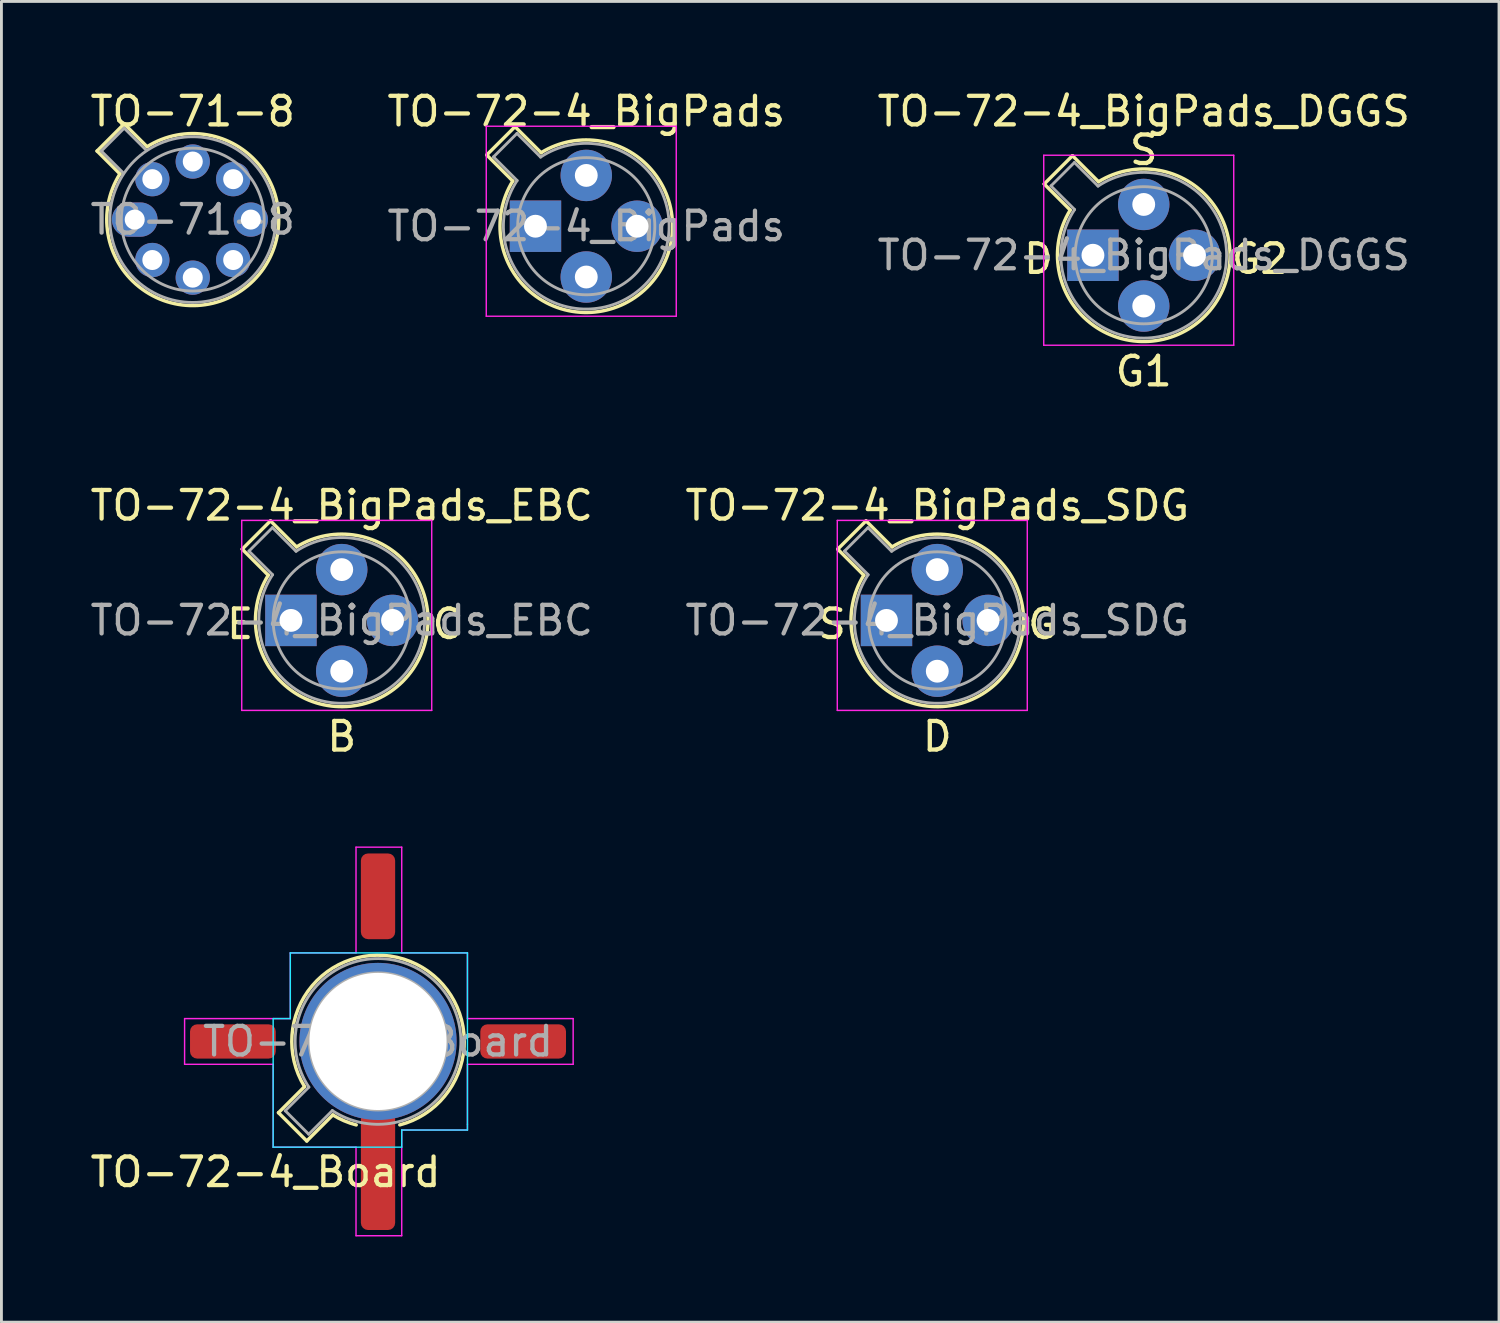
<source format=kicad_pcb>
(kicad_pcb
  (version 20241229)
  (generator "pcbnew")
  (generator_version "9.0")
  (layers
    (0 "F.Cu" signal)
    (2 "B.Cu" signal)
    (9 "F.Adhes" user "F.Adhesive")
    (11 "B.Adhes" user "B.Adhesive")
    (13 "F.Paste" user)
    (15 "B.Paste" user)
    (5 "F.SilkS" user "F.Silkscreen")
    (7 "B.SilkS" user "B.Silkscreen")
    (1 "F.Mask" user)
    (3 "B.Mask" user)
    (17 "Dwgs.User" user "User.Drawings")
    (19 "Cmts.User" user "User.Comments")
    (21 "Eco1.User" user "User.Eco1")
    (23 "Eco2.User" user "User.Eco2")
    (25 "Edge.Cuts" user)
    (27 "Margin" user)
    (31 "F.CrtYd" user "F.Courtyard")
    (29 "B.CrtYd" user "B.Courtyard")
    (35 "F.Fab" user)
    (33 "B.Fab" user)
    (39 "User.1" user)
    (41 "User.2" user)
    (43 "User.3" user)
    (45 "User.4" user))
  (footprint "TO-72-4_Board"
    (layer "F.Cu")
    (at 10.181 33.402)
    (property "Reference" "TO-72-4_Board" (at -3.937 4.572 0) (layer "F.SilkS") (effects (font (size 1 1) (thickness 0.15))))
    (attr through_hole)
    (fp_line (start -3.484 2.494) (end -2.572 1.582) (stroke (width 0.12) (type solid)) (layer "F.SilkS"))
    (fp_line (start -2.494 3.484) (end -3.484 2.494) (stroke (width 0.12) (type solid)) (layer "F.SilkS"))
    (fp_line (start -1.582 2.572) (end -2.494 3.484) (stroke (width 0.12) (type solid)) (layer "F.SilkS"))
    (fp_arc (start -2.57109 1.581891) (mid 1.125391 -2.801139) (end 0.762 2.921) (stroke (width 0.12) (type solid)) (layer "F.SilkS"))
    (fp_arc (start -0.762319 2.922203) (mid -1.185309 2.777669) (end -1.582331 2.572281) (stroke (width 0.12) (type solid)) (layer "F.SilkS"))
    (fp_line (start -3.67 -0.8) (end -3.07 -0.8) (stroke (width 0.05) (type solid)) (layer "B.CrtYd"))
    (fp_line (start -3.67 3.7) (end -3.67 -0.8) (stroke (width 0.05) (type solid)) (layer "B.CrtYd"))
    (fp_line (start -3.07 -3.1) (end 3.13 -3.1) (stroke (width 0.05) (type solid)) (layer "B.CrtYd"))
    (fp_line (start -3.07 -0.8) (end -3.07 -3.1) (stroke (width 0.05) (type solid)) (layer "B.CrtYd"))
    (fp_line (start 0.83 3.1) (end 0.83 3.7) (stroke (width 0.05) (type solid)) (layer "B.CrtYd"))
    (fp_line (start 0.83 3.7) (end -3.67 3.7) (stroke (width 0.05) (type solid)) (layer "B.CrtYd"))
    (fp_line (start 3.13 -3.1) (end 3.13 2.9) (stroke (width 0.05) (type solid)) (layer "B.CrtYd"))
    (fp_line (start 3.13 2.9) (end 3.13 3.1) (stroke (width 0.05) (type solid)) (layer "B.CrtYd"))
    (fp_line (start 3.13 3.1) (end 0.83 3.1) (stroke (width 0.05) (type solid)) (layer "B.CrtYd"))
    (fp_line (start -6.77 -0.8) (end -3.07 -0.8) (stroke (width 0.05) (type solid)) (layer "F.CrtYd"))
    (fp_line (start -6.77 0.8) (end -6.77 -0.8) (stroke (width 0.05) (type solid)) (layer "F.CrtYd"))
    (fp_line (start -3.67 0.8) (end -6.77 0.8) (stroke (width 0.05) (type solid)) (layer "F.CrtYd"))
    (fp_line (start -3.67 3.7) (end -3.67 0.8) (stroke (width 0.05) (type solid)) (layer "F.CrtYd"))
    (fp_line (start -3.07 -3.1) (end -0.77 -3.1) (stroke (width 0.05) (type solid)) (layer "F.CrtYd"))
    (fp_line (start -3.07 -0.8) (end -3.07 -3.1) (stroke (width 0.05) (type solid)) (layer "F.CrtYd"))
    (fp_line (start -0.77 -6.8) (end 0.83 -6.8) (stroke (width 0.05) (type solid)) (layer "F.CrtYd"))
    (fp_line (start -0.77 -3.1) (end -0.77 -6.8) (stroke (width 0.05) (type solid)) (layer "F.CrtYd"))
    (fp_line (start -0.77 3.7) (end -3.67 3.7) (stroke (width 0.05) (type solid)) (layer "F.CrtYd"))
    (fp_line (start -0.77 6.8) (end -0.77 3.7) (stroke (width 0.05) (type solid)) (layer "F.CrtYd"))
    (fp_line (start 0.83 -6.8) (end 0.83 -3.1) (stroke (width 0.05) (type solid)) (layer "F.CrtYd"))
    (fp_line (start 0.83 -3.1) (end 3.13 -3.1) (stroke (width 0.05) (type solid)) (layer "F.CrtYd"))
    (fp_line (start 0.83 3.1) (end 0.83 6.8) (stroke (width 0.05) (type solid)) (layer "F.CrtYd"))
    (fp_line (start 0.83 6.8) (end -0.77 6.8) (stroke (width 0.05) (type solid)) (layer "F.CrtYd"))
    (fp_line (start 3.13 -3.1) (end 3.13 -0.8) (stroke (width 0.05) (type solid)) (layer "F.CrtYd"))
    (fp_line (start 3.13 -0.8) (end 6.83 -0.8) (stroke (width 0.05) (type solid)) (layer "F.CrtYd"))
    (fp_line (start 3.13 0.8) (end 3.13 3.1) (stroke (width 0.05) (type solid)) (layer "F.CrtYd"))
    (fp_line (start 3.13 3.1) (end 0.83 3.1) (stroke (width 0.05) (type solid)) (layer "F.CrtYd"))
    (fp_line (start 6.83 -0.8) (end 6.83 0.8) (stroke (width 0.05) (type solid)) (layer "F.CrtYd"))
    (fp_line (start 6.83 0.8) (end 3.13 0.8) (stroke (width 0.05) (type solid)) (layer "F.CrtYd"))
    (fp_line (start -3.247 2.426) (end -2.419 1.599) (stroke (width 0.1) (type solid)) (layer "F.Fab"))
    (fp_line (start -2.426 3.247) (end -3.247 2.426) (stroke (width 0.1) (type solid)) (layer "F.Fab"))
    (fp_line (start -1.599 2.419) (end -2.426 3.247) (stroke (width 0.1) (type solid)) (layer "F.Fab"))
    (fp_arc (start -2.420029 1.597956) (mid 2.051077 -2.050143) (end -1.599057 2.419301) (stroke (width 0.1) (type solid)) (layer "F.Fab"))
    (fp_circle (center 0 0) (end 2.4 0) (stroke (width 0.1) (type solid)) (fill no) (layer "F.Fab"))
    (fp_text user "${REFERENCE}" (at 0 0 0) (layer "F.Fab") (effects (font (size 1 1) (thickness 0.15))))
    (pad "1" smd roundrect (at -5.08 0) (size 3 1.2) (layers "F.Cu" "F.Mask" "F.Paste") (roundrect_rratio 0.208))
    (pad "2" smd roundrect (at 0 -5.08) (size 1.2 3) (layers "F.Cu" "F.Mask" "F.Paste") (roundrect_rratio 0.208))
    (pad "3" smd roundrect (at 5.08 0) (size 3 1.2) (layers "F.Cu" "F.Mask" "F.Paste") (roundrect_rratio 0.208))
    (pad "4" thru_hole circle (at 0 0) (size 5.5 5.5) (drill 4.8) (layers "*.Cu" "*.Mask"))
    (pad "4" smd roundrect (at 0 4.5) (size 1.2 4.2) (layers "F.Cu" "F.Mask" "F.Paste") (roundrect_rratio 0.208)))
  (footprint "TO-72-4_BigPads_DGGS"
    (layer "F.Cu")
    (at 35.204 5.884)
    (property "Reference" "TO-72-4_BigPads_DGGS" (at 1.778 -5.036 0) (layer "F.SilkS") (effects (font (size 1 1) (thickness 0.15))))
    (attr through_hole)
    (fp_line (start -1.706 -2.494) (end -0.794 -1.582) (stroke (width 0.12) (type solid)) (layer "F.SilkS"))
    (fp_line (start -0.716 -3.484) (end -1.706 -2.494) (stroke (width 0.12) (type solid)) (layer "F.SilkS"))
    (fp_line (start 0.196 -2.572) (end -0.716 -3.484) (stroke (width 0.12) (type solid)) (layer "F.SilkS"))
    (fp_arc (start 0.195669 -2.572281) (mid 3.913374 2.135551) (end -0.79415 -1.582544) (stroke (width 0.12) (type solid)) (layer "F.SilkS"))
    (fp_line (start -1.722 -3.5) (end -1.722 3.15) (stroke (width 0.05) (type solid)) (layer "F.CrtYd"))
    (fp_line (start -1.722 3.15) (end 4.928 3.15) (stroke (width 0.05) (type solid)) (layer "F.CrtYd"))
    (fp_line (start 4.928 -3.5) (end -1.722 -3.5) (stroke (width 0.05) (type solid)) (layer "F.CrtYd"))
    (fp_line (start 4.928 3.15) (end 4.928 -3.5) (stroke (width 0.05) (type solid)) (layer "F.CrtYd"))
    (fp_line (start -1.469 -2.426) (end -0.641 -1.599) (stroke (width 0.1) (type solid)) (layer "F.Fab"))
    (fp_line (start -0.648 -3.247) (end -1.469 -2.426) (stroke (width 0.1) (type solid)) (layer "F.Fab"))
    (fp_line (start 0.179 -2.419) (end -0.648 -3.247) (stroke (width 0.1) (type solid)) (layer "F.Fab"))
    (fp_arc (start 0.178943 -2.419301) (mid 3.829076 2.050143) (end -0.642029 -1.597956) (stroke (width 0.1) (type solid)) (layer "F.Fab"))
    (fp_circle (center 1.778 0) (end 4.178 0) (stroke (width 0.1) (type solid)) (fill no) (layer "F.Fab"))
    (fp_text user "S" (at 1.778 -3.683 0) (unlocked yes) (layer "F.SilkS") (effects (font (size 1 1) (thickness 0.15))))
    (fp_text user "D" (at -1.905 0.127 0) (unlocked yes) (layer "F.SilkS") (effects (font (size 1 1) (thickness 0.15))))
    (fp_text user "G2" (at 5.842 0.127 0) (unlocked yes) (layer "F.SilkS") (effects (font (size 1 1) (thickness 0.15))))
    (fp_text user "G1" (at 1.778 4.064 0) (unlocked yes) (layer "F.SilkS") (effects (font (size 1 1) (thickness 0.15))))
    (fp_text user "${REFERENCE}" (at 1.778 0 0) (layer "F.Fab") (effects (font (size 1 1) (thickness 0.15))))
    (pad "1" thru_hole rect (at 0 0) (size 1.8 1.8) (drill 0.8) (layers "*.Cu" "*.Mask"))
    (pad "2" thru_hole oval (at 1.778 1.778) (size 1.8 1.8) (drill 0.8) (layers "*.Cu" "*.Mask"))
    (pad "3" thru_hole oval (at 3.556 0) (size 1.8 1.8) (drill 0.8) (layers "*.Cu" "*.Mask"))
    (pad "4" thru_hole oval (at 1.778 -1.778) (size 1.8 1.8) (drill 0.8) (layers "*.Cu" "*.Mask")))
  (footprint "TO-72-4_BigPads_EBC"
    (layer "F.Cu")
    (at 7.133 18.665)
    (property "Reference" "TO-72-4_BigPads_EBC" (at 1.778 -4.02 0) (layer "F.SilkS") (effects (font (size 1 1) (thickness 0.15))))
    (attr through_hole)
    (fp_line (start -1.706 -2.494) (end -0.794 -1.582) (stroke (width 0.12) (type solid)) (layer "F.SilkS"))
    (fp_line (start -0.716 -3.484) (end -1.706 -2.494) (stroke (width 0.12) (type solid)) (layer "F.SilkS"))
    (fp_line (start 0.196 -2.572) (end -0.716 -3.484) (stroke (width 0.12) (type solid)) (layer "F.SilkS"))
    (fp_arc (start 0.195669 -2.572281) (mid 3.913374 2.135551) (end -0.79415 -1.582544) (stroke (width 0.12) (type solid)) (layer "F.SilkS"))
    (fp_line (start -1.722 -3.5) (end -1.722 3.15) (stroke (width 0.05) (type solid)) (layer "F.CrtYd"))
    (fp_line (start -1.722 3.15) (end 4.928 3.15) (stroke (width 0.05) (type solid)) (layer "F.CrtYd"))
    (fp_line (start 4.928 -3.5) (end -1.722 -3.5) (stroke (width 0.05) (type solid)) (layer "F.CrtYd"))
    (fp_line (start 4.928 3.15) (end 4.928 -3.5) (stroke (width 0.05) (type solid)) (layer "F.CrtYd"))
    (fp_line (start -1.469 -2.426) (end -0.641 -1.599) (stroke (width 0.1) (type solid)) (layer "F.Fab"))
    (fp_line (start -0.648 -3.247) (end -1.469 -2.426) (stroke (width 0.1) (type solid)) (layer "F.Fab"))
    (fp_line (start 0.179 -2.419) (end -0.648 -3.247) (stroke (width 0.1) (type solid)) (layer "F.Fab"))
    (fp_arc (start 0.178943 -2.419301) (mid 3.829076 2.050143) (end -0.642029 -1.597956) (stroke (width 0.1) (type solid)) (layer "F.Fab"))
    (fp_circle (center 1.778 0) (end 4.178 0) (stroke (width 0.1) (type solid)) (fill no) (layer "F.Fab"))
    (fp_text user "B" (at 1.778 4.064 0) (unlocked yes) (layer "F.SilkS") (effects (font (size 1 1) (thickness 0.15))))
    (fp_text user "E" (at -1.778 0.127 0) (unlocked yes) (layer "F.SilkS") (effects (font (size 1 1) (thickness 0.15))))
    (fp_text user "C" (at 5.461 0.127 0) (unlocked yes) (layer "F.SilkS") (effects (font (size 1 1) (thickness 0.15))))
    (fp_text user "${REFERENCE}" (at 1.778 0 0) (layer "F.Fab") (effects (font (size 1 1) (thickness 0.15))))
    (pad "1" thru_hole rect (at 0 0) (size 1.8 1.8) (drill 0.8) (layers "*.Cu" "*.Mask"))
    (pad "2" thru_hole oval (at 1.778 1.778) (size 1.8 1.8) (drill 0.8) (layers "*.Cu" "*.Mask"))
    (pad "3" thru_hole oval (at 3.556 0) (size 1.8 1.8) (drill 0.8) (layers "*.Cu" "*.Mask"))
    (pad "4" thru_hole oval (at 1.778 -1.778) (size 1.8 1.8) (drill 0.8) (layers "*.Cu" "*.Mask")))
  (footprint "TO-71-8"
    (layer "F.Cu")
    (at 1.665 4.636)
    (property "Reference" "TO-71-8" (at 2.031 -3.788 0) (layer "F.SilkS") (effects (font (size 1 1) (thickness 0.15))))
    (attr through_hole)
    (fp_line (start -1.318 -2.4) (end -0.518 -1.6) (stroke (width 0.12) (type default)) (layer "F.SilkS"))
    (fp_line (start -0.368 -3.35) (end -1.318 -2.4) (stroke (width 0.12) (type default)) (layer "F.SilkS"))
    (fp_line (start 0.432 -2.55) (end -0.368 -3.35) (stroke (width 0.12) (type default)) (layer "F.SilkS"))
    (fp_arc (start 0.432 -2.549999) (mid 4.160673 2.128673) (end -0.517999 -1.6) (stroke (width 0.12) (type default)) (layer "F.SilkS"))
    (fp_line (start -1.168 -2.4) (end -0.393 -1.625) (stroke (width 0.1) (type default)) (layer "F.Fab"))
    (fp_line (start -1.168 -2.4) (end -0.368 -3.2) (stroke (width 0.1) (type default)) (layer "F.Fab"))
    (fp_line (start -0.368 -3.2) (end 0.407 -2.425) (stroke (width 0.1) (type default)) (layer "F.Fab"))
    (fp_circle (center 2.032 0) (end 4.532 0) (stroke (width 0.1) (type default)) (fill no) (layer "F.Fab"))
    (fp_circle (center 2.032 0) (end 4.932 0) (stroke (width 0.1) (type default)) (fill no) (layer "F.Fab"))
    (fp_text user "${REFERENCE}" (at 2.031 0 0) (layer "F.Fab") (effects (font (size 1 1) (thickness 0.15))))
    (pad "1" thru_hole oval (at 0 0) (size 1.6 1.2) (drill 0.7) (layers "*.Cu" "*.Mask"))
    (pad "2" thru_hole oval (at 0.617 1.415) (size 1.2 1.2) (drill 0.7) (layers "*.Cu" "*.Mask"))
    (pad "3" thru_hole oval (at 2.032 2.032) (size 1.2 1.2) (drill 0.7) (layers "*.Cu" "*.Mask"))
    (pad "4" thru_hole oval (at 3.447 1.415) (size 1.2 1.2) (drill 0.7) (layers "*.Cu" "*.Mask"))
    (pad "5" thru_hole oval (at 4.064 0) (size 1.2 1.2) (drill 0.7) (layers "*.Cu" "*.Mask"))
    (pad "6" thru_hole oval (at 3.447 -1.415) (size 1.2 1.2) (drill 0.7) (layers "*.Cu" "*.Mask"))
    (pad "7" thru_hole oval (at 2.032 -2.032) (size 1.2 1.2) (drill 0.7) (layers "*.Cu" "*.Mask"))
    (pad "8" thru_hole oval (at 0.617 -1.415) (size 1.2 1.2) (drill 0.7) (layers "*.Cu" "*.Mask")))
  (footprint "TO-72-4_BigPads_SDG"
    (layer "F.Cu")
    (at 27.978 18.665)
    (property "Reference" "TO-72-4_BigPads_SDG" (at 1.778 -4.02 0) (layer "F.SilkS") (effects (font (size 1 1) (thickness 0.15))))
    (attr through_hole)
    (fp_line (start -1.706 -2.494) (end -0.794 -1.582) (stroke (width 0.12) (type solid)) (layer "F.SilkS"))
    (fp_line (start -0.716 -3.484) (end -1.706 -2.494) (stroke (width 0.12) (type solid)) (layer "F.SilkS"))
    (fp_line (start 0.196 -2.572) (end -0.716 -3.484) (stroke (width 0.12) (type solid)) (layer "F.SilkS"))
    (fp_arc (start 0.195669 -2.572281) (mid 3.913374 2.135551) (end -0.79415 -1.582544) (stroke (width 0.12) (type solid)) (layer "F.SilkS"))
    (fp_line (start -1.722 -3.5) (end -1.722 3.15) (stroke (width 0.05) (type solid)) (layer "F.CrtYd"))
    (fp_line (start -1.722 3.15) (end 4.928 3.15) (stroke (width 0.05) (type solid)) (layer "F.CrtYd"))
    (fp_line (start 4.928 -3.5) (end -1.722 -3.5) (stroke (width 0.05) (type solid)) (layer "F.CrtYd"))
    (fp_line (start 4.928 3.15) (end 4.928 -3.5) (stroke (width 0.05) (type solid)) (layer "F.CrtYd"))
    (fp_line (start -1.469 -2.426) (end -0.641 -1.599) (stroke (width 0.1) (type solid)) (layer "F.Fab"))
    (fp_line (start -0.648 -3.247) (end -1.469 -2.426) (stroke (width 0.1) (type solid)) (layer "F.Fab"))
    (fp_line (start 0.179 -2.419) (end -0.648 -3.247) (stroke (width 0.1) (type solid)) (layer "F.Fab"))
    (fp_arc (start 0.178943 -2.419301) (mid 3.829076 2.050143) (end -0.642029 -1.597956) (stroke (width 0.1) (type solid)) (layer "F.Fab"))
    (fp_circle (center 1.778 0) (end 4.178 0) (stroke (width 0.1) (type solid)) (fill no) (layer "F.Fab"))
    (fp_text user "S" (at -1.905 0.127 0) (unlocked yes) (layer "F.SilkS") (effects (font (size 1 1) (thickness 0.15))))
    (fp_text user "D" (at 1.778 4.064 0) (unlocked yes) (layer "F.SilkS") (effects (font (size 1 1) (thickness 0.15))))
    (fp_text user "G" (at 5.461 0.127 0) (unlocked yes) (layer "F.SilkS") (effects (font (size 1 1) (thickness 0.15))))
    (fp_text user "${REFERENCE}" (at 1.778 0 0) (layer "F.Fab") (effects (font (size 1 1) (thickness 0.15))))
    (pad "1" thru_hole rect (at 0 0) (size 1.8 1.8) (drill 0.8) (layers "*.Cu" "*.Mask"))
    (pad "2" thru_hole oval (at 1.778 1.778) (size 1.8 1.8) (drill 0.8) (layers "*.Cu" "*.Mask"))
    (pad "3" thru_hole oval (at 3.556 0) (size 1.8 1.8) (drill 0.8) (layers "*.Cu" "*.Mask"))
    (pad "4" thru_hole oval (at 1.778 -1.778) (size 1.8 1.8) (drill 0.8) (layers "*.Cu" "*.Mask")))
  (footprint "TO-72-4_BigPads"
    (layer "F.Cu")
    (at 15.692 4.868)
    (property "Reference" "TO-72-4_BigPads" (at 1.778 -4.02 0) (layer "F.SilkS") (effects (font (size 1 1) (thickness 0.15))))
    (attr through_hole)
    (fp_line (start -1.706 -2.494) (end -0.794 -1.582) (stroke (width 0.12) (type solid)) (layer "F.SilkS"))
    (fp_line (start -0.716 -3.484) (end -1.706 -2.494) (stroke (width 0.12) (type solid)) (layer "F.SilkS"))
    (fp_line (start 0.196 -2.572) (end -0.716 -3.484) (stroke (width 0.12) (type solid)) (layer "F.SilkS"))
    (fp_arc (start 0.195669 -2.572281) (mid 3.913374 2.135551) (end -0.79415 -1.582544) (stroke (width 0.12) (type solid)) (layer "F.SilkS"))
    (fp_line (start -1.722 -3.5) (end -1.722 3.15) (stroke (width 0.05) (type solid)) (layer "F.CrtYd"))
    (fp_line (start -1.722 3.15) (end 4.928 3.15) (stroke (width 0.05) (type solid)) (layer "F.CrtYd"))
    (fp_line (start 4.928 -3.5) (end -1.722 -3.5) (stroke (width 0.05) (type solid)) (layer "F.CrtYd"))
    (fp_line (start 4.928 3.15) (end 4.928 -3.5) (stroke (width 0.05) (type solid)) (layer "F.CrtYd"))
    (fp_line (start -1.469 -2.426) (end -0.641 -1.599) (stroke (width 0.1) (type solid)) (layer "F.Fab"))
    (fp_line (start -0.648 -3.247) (end -1.469 -2.426) (stroke (width 0.1) (type solid)) (layer "F.Fab"))
    (fp_line (start 0.179 -2.419) (end -0.648 -3.247) (stroke (width 0.1) (type solid)) (layer "F.Fab"))
    (fp_arc (start 0.178943 -2.419301) (mid 3.829076 2.050143) (end -0.642029 -1.597956) (stroke (width 0.1) (type solid)) (layer "F.Fab"))
    (fp_circle (center 1.778 0) (end 4.178 0) (stroke (width 0.1) (type solid)) (fill no) (layer "F.Fab"))
    (fp_text user "${REFERENCE}" (at 1.778 0 0) (layer "F.Fab") (effects (font (size 1 1) (thickness 0.15))))
    (pad "1" thru_hole rect (at 0 0) (size 1.8 1.8) (drill 0.8) (layers "*.Cu" "*.Mask"))
    (pad "2" thru_hole oval (at 1.778 1.778) (size 1.8 1.8) (drill 0.8) (layers "*.Cu" "*.Mask"))
    (pad "3" thru_hole oval (at 3.556 0) (size 1.8 1.8) (drill 0.8) (layers "*.Cu" "*.Mask"))
    (pad "4" thru_hole oval (at 1.778 -1.778) (size 1.8 1.8) (drill 0.8) (layers "*.Cu" "*.Mask")))
  (gr_rect
    (start -3 -3)
    (end 49.417 43.227)
    (stroke (width 0.1) (type default))
    (fill no)
    (layer "Edge.Cuts")))
</source>
